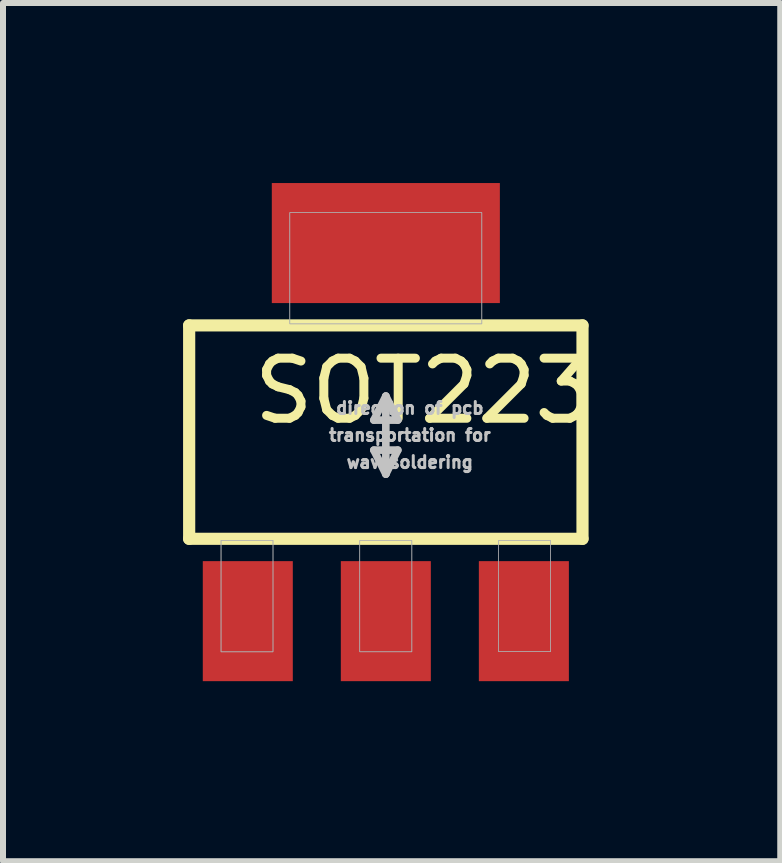
<source format=kicad_pcb>
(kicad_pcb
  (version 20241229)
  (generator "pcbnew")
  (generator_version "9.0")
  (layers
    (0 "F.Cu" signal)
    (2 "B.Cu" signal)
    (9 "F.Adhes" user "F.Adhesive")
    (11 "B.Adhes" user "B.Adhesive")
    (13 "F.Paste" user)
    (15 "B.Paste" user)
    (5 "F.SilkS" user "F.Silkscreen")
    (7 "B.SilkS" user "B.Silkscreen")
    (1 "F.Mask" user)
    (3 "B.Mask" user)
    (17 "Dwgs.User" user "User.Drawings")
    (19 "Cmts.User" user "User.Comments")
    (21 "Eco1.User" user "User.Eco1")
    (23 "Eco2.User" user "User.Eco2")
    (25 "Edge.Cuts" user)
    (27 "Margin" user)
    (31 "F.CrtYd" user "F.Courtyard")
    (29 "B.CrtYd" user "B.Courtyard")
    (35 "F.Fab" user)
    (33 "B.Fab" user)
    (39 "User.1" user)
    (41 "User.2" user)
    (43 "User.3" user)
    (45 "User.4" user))
  (footprint "SOT223"
    (layer "F.Cu")
    (at 3.379 4.15)
    (property "Reference" "SOT223" (at 0.635 -0.686 0) (layer "F.SilkS") (effects (font (size 1.001 1.001) (thickness 0.15))))
    (attr smd)
    (fp_line (start -3.277 -1.778) (end 3.277 -1.778) (stroke (width 0.203) (type solid)) (layer "F.SilkS"))
    (fp_line (start -3.277 1.778) (end -3.277 -1.778) (stroke (width 0.203) (type solid)) (layer "F.SilkS"))
    (fp_line (start 3.277 -1.778) (end 3.277 1.778) (stroke (width 0.203) (type solid)) (layer "F.SilkS"))
    (fp_line (start 3.277 1.778) (end -3.277 1.778) (stroke (width 0.203) (type solid)) (layer "F.SilkS"))
    (fp_line (start -0.2 -0.2) (end 0.2 -0.2) (stroke (width 0.127) (type solid)) (layer "Dwgs.User"))
    (fp_line (start -0.2 0.3) (end 0 0.7) (stroke (width 0.127) (type solid)) (layer "Dwgs.User"))
    (fp_line (start 0 -0.6) (end -0.2 -0.2) (stroke (width 0.127) (type solid)) (layer "Dwgs.User"))
    (fp_line (start 0 0.7) (end 0 -0.6) (stroke (width 0.127) (type solid)) (layer "Dwgs.User"))
    (fp_line (start 0 0.7) (end 0.2 0.3) (stroke (width 0.127) (type solid)) (layer "Dwgs.User"))
    (fp_line (start 0.2 -0.2) (end 0 -0.6) (stroke (width 0.127) (type solid)) (layer "Dwgs.User"))
    (fp_line (start 0.2 0.3) (end -0.2 0.3) (stroke (width 0.127) (type solid)) (layer "Dwgs.User"))
    (fp_poly (pts (xy -1.88 1.803) (xy -1.88 3.663) (xy -2.748 3.663) (xy -2.748 1.803)) (stroke (width 0.01) (type solid)) (fill no) (layer "F.Fab"))
    (fp_poly (pts (xy -1.88 1.803) (xy -1.88 3.658) (xy -2.744 3.658) (xy -2.744 1.803)) (stroke (width 0.01) (type solid)) (fill no) (layer "F.Fab"))
    (fp_poly (pts (xy 0.433 1.805) (xy 0.433 3.66) (xy -0.434 3.66) (xy -0.434 1.805)) (stroke (width 0.01) (type solid)) (fill no) (layer "F.Fab"))
    (fp_poly (pts (xy 0.434 1.805) (xy 0.434 3.661) (xy -0.435 3.661) (xy -0.435 1.805)) (stroke (width 0.01) (type solid)) (fill no) (layer "F.Fab"))
    (fp_poly (pts (xy 1.599 -3.659) (xy 1.599 -1.804) (xy -1.6 -1.804) (xy -1.6 -3.659)) (stroke (width 0.01) (type solid)) (fill no) (layer "F.Fab"))
    (fp_poly (pts (xy 1.6 -3.658) (xy 1.6 -1.803) (xy -1.6 -1.803) (xy -1.6 -3.658)) (stroke (width 0.01) (type solid)) (fill no) (layer "F.Fab"))
    (fp_poly (pts (xy 2.745 1.805) (xy 2.745 3.658) (xy 1.879 3.658) (xy 1.879 1.805)) (stroke (width 0.01) (type solid)) (fill no) (layer "F.Fab"))
    (fp_poly (pts (xy 2.746 1.806) (xy 2.746 3.659) (xy 1.878 3.659) (xy 1.878 1.806)) (stroke (width 0.01) (type solid)) (fill no) (layer "F.Fab"))
    (fp_text user "direction of pcb" (at 0.4 -0.4 0) (layer "Dwgs.User") (effects (font (size 0.2 0.2) (thickness 0.15))))
    (fp_text user "transportation for" (at 0.4 0.05 0) (layer "Dwgs.User") (effects (font (size 0.2 0.2) (thickness 0.15))))
    (fp_text user "wavesoldering" (at 0.4 0.501 0) (layer "Dwgs.User") (effects (font (size 0.2 0.2) (thickness 0.15))))
    (pad "1" smd rect (at -2.3 3.15) (size 1.5 2) (layers "F.Cu" "F.Mask" "F.Paste"))
    (pad "2" smd rect (at 0 3.15) (size 1.5 2) (layers "F.Cu" "F.Mask" "F.Paste"))
    (pad "3" smd rect (at 2.3 3.15) (size 1.5 2) (layers "F.Cu" "F.Mask" "F.Paste"))
    (pad "4" smd rect (at 0 -3.15) (size 3.8 2) (layers "F.Cu" "F.Mask" "F.Paste")))
  (gr_rect
    (start -3 -3)
    (end 9.951 11.3)
    (stroke (width 0.1) (type default))
    (fill no)
    (layer "Edge.Cuts")))
</source>
